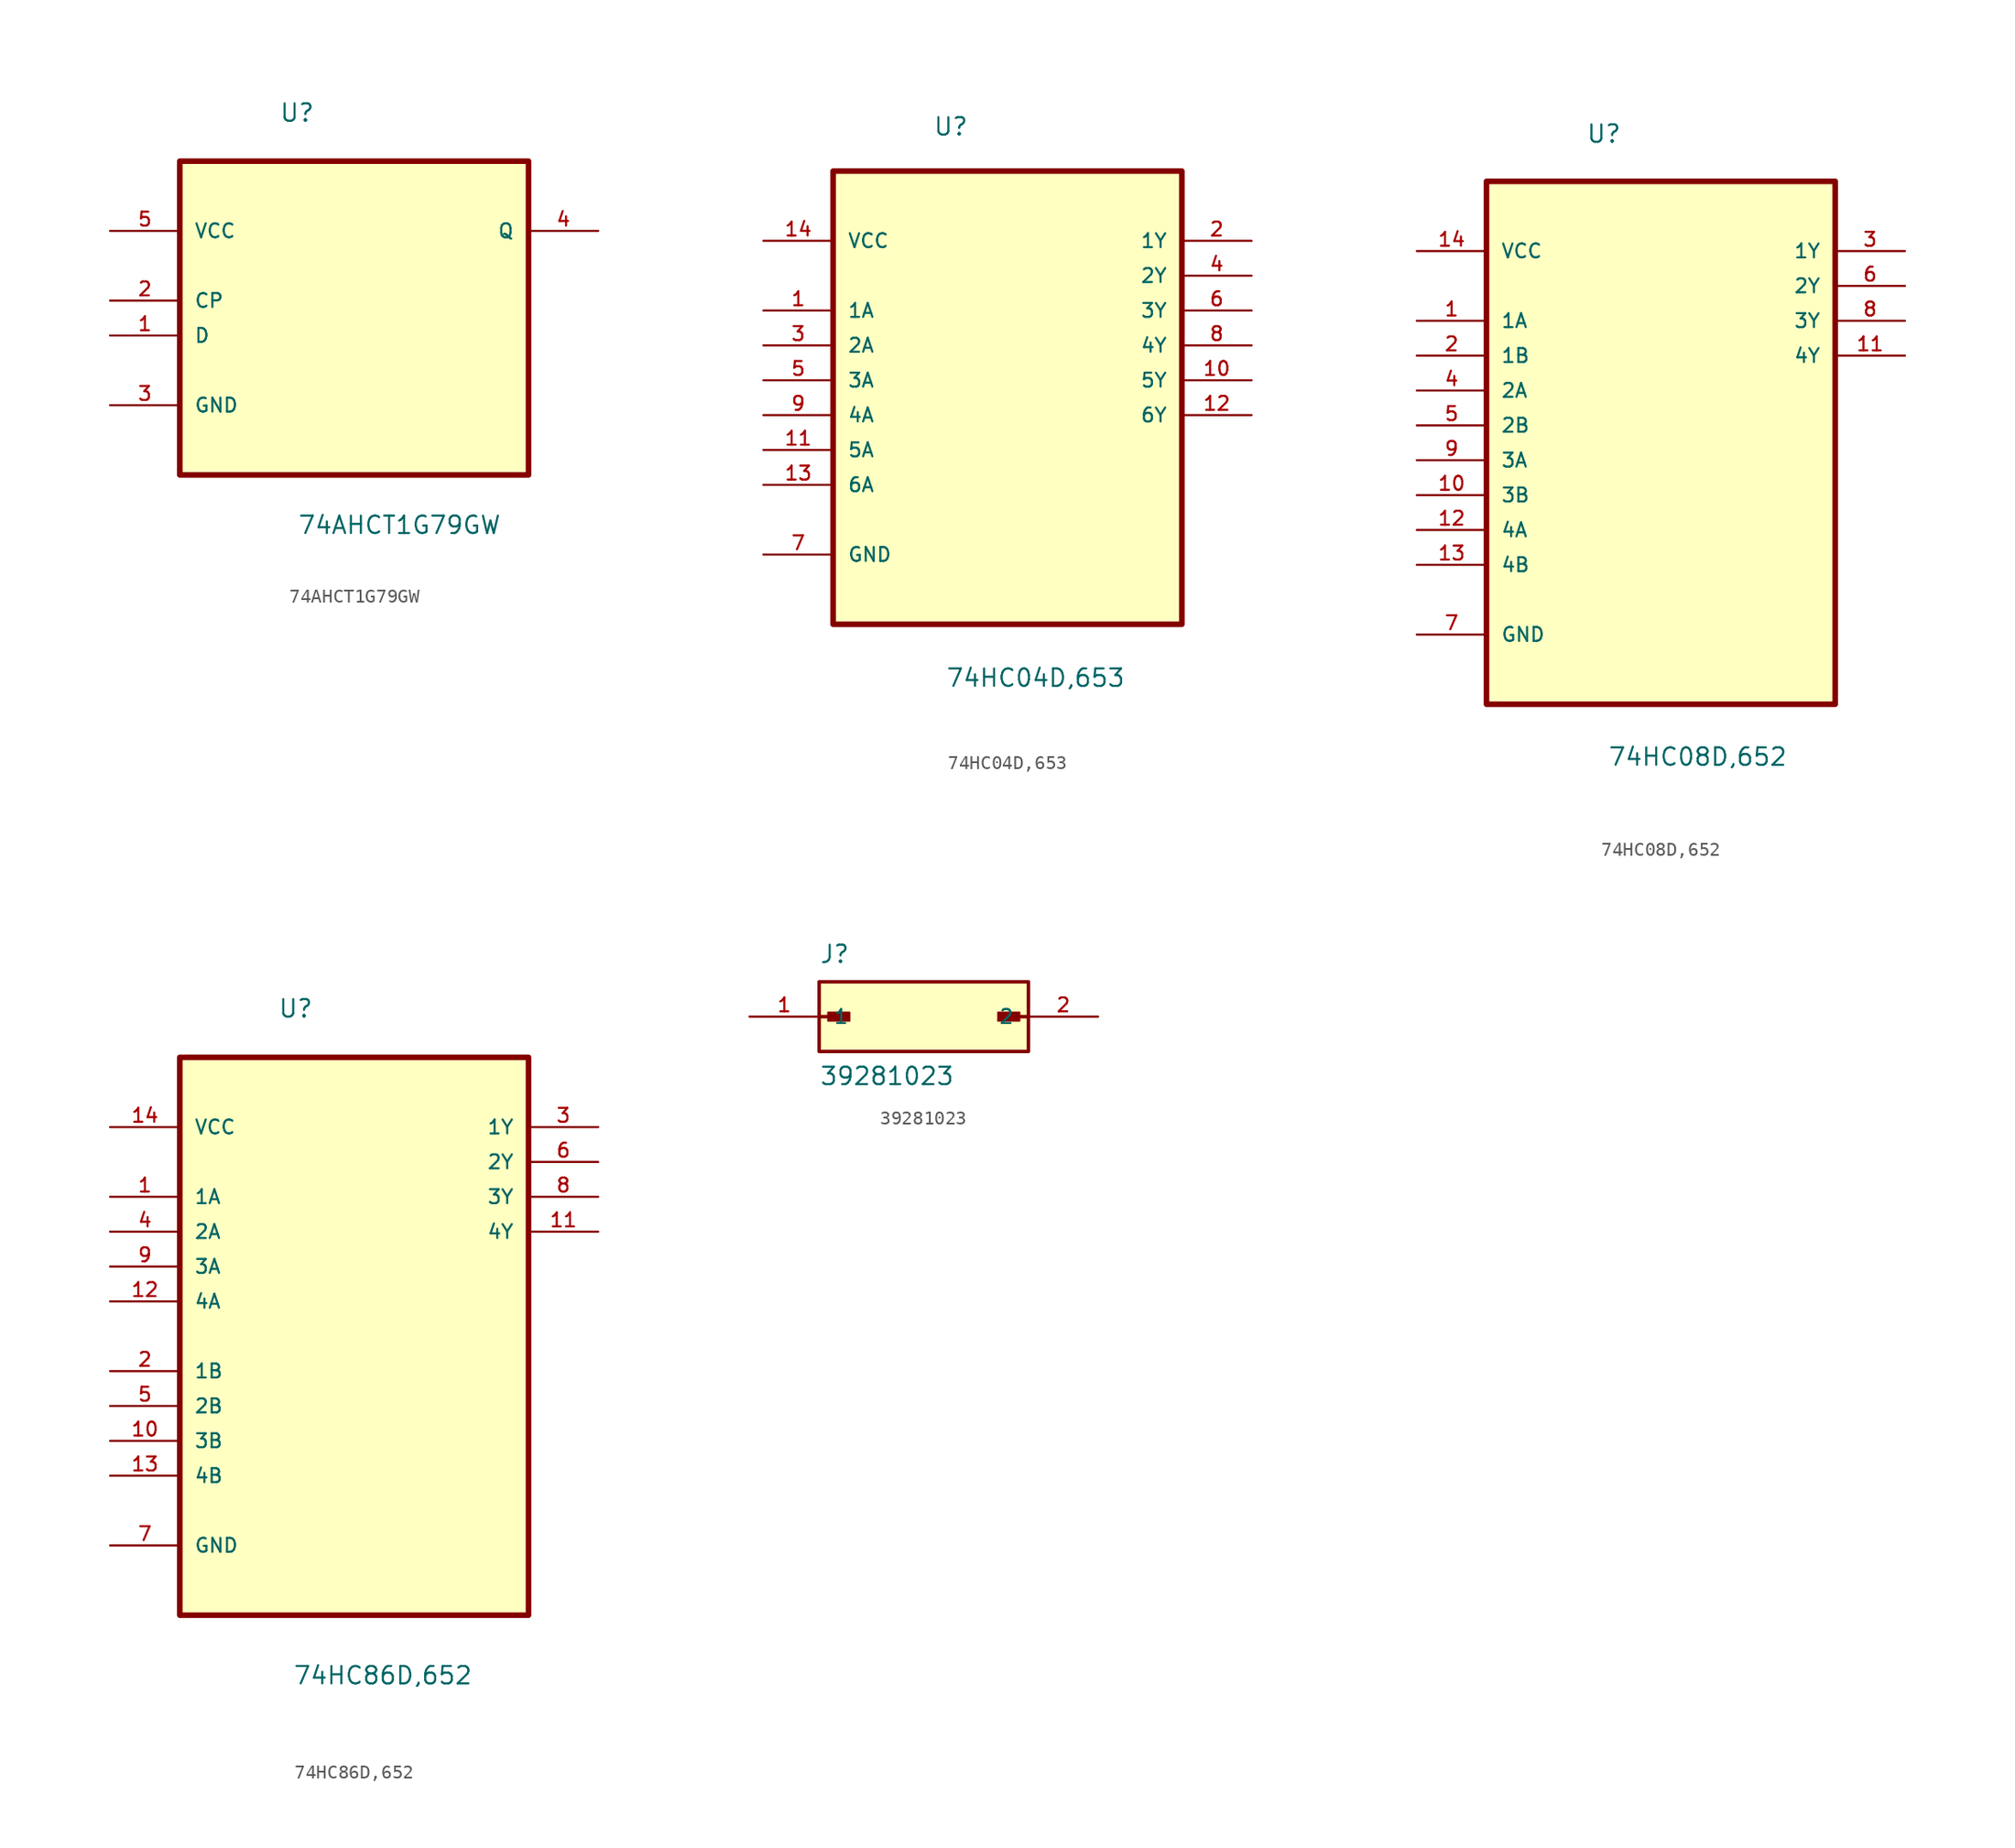
<source format=kicad_sym>
(kicad_symbol_lib
  (version 20220914)
  (generator kicad_symbol_editor)
  (symbol "74AHCT1G79GW"
    (pin_names
      (offset 1.016))
    (property "Reference" "U"
      (at -5.467 10.4 0)
      (effects (font (size 1.27 1.27)) (justify left bottom)))
    (property "Value" "74AHCT1G79GW"
      (at -4.146 -19.635 0)
      (effects (font (size 1.27 1.27)) (justify left bottom)))
    (symbol "74AHCT1G79GW_0_0"
      (rectangle (start -12.7 -15.24) (end 12.7 7.62) (stroke (width 0.406) (type default)) (fill (type background)))
      (pin input line (at -17.78 -5.08 0) (length 5.08) (name "D" (effects (font (size 1.016 1.016)))) (number "1" (effects (font (size 1.016 1.016)))))
      (pin input line (at -17.78 -2.54 0) (length 5.08) (name "CP" (effects (font (size 1.016 1.016)))) (number "2" (effects (font (size 1.016 1.016)))))
      (pin passive line (at -17.78 -10.16 0) (length 5.08) (name "GND" (effects (font (size 1.016 1.016)))) (number "3" (effects (font (size 1.016 1.016)))))
      (pin output line (at 17.78 2.54 180) (length 5.08) (name "Q" (effects (font (size 1.016 1.016)))) (number "4" (effects (font (size 1.016 1.016)))))
      (pin power_in line (at -17.78 2.54 0) (length 5.08) (name "VCC" (effects (font (size 1.016 1.016)))) (number "5" (effects (font (size 1.016 1.016)))))))
  (symbol "74HC04D,653"
    (pin_names
      (offset 1.016))
    (property "Reference" "U"
      (at -5.437 15.194 0)
      (effects (font (size 1.27 1.27)) (justify left bottom)))
    (property "Value" "74HC04D,653"
      (at -4.526 -24.968 0)
      (effects (font (size 1.27 1.27)) (justify left bottom)))
    (symbol "74HC04D,653_0_0"
      (rectangle (start -12.7 12.7) (end 12.7 -20.32) (stroke (width 0.406) (type default)) (fill (type background)))
      (pin input line (at -17.78 2.54 0) (length 5.08) (name "1A" (effects (font (size 1.016 1.016)))) (number "1" (effects (font (size 1.016 1.016)))))
      (pin output line (at 17.78 -2.54 180) (length 5.08) (name "5Y" (effects (font (size 1.016 1.016)))) (number "10" (effects (font (size 1.016 1.016)))))
      (pin input line (at -17.78 -7.62 0) (length 5.08) (name "5A" (effects (font (size 1.016 1.016)))) (number "11" (effects (font (size 1.016 1.016)))))
      (pin output line (at 17.78 -5.08 180) (length 5.08) (name "6Y" (effects (font (size 1.016 1.016)))) (number "12" (effects (font (size 1.016 1.016)))))
      (pin input line (at -17.78 -10.16 0) (length 5.08) (name "6A" (effects (font (size 1.016 1.016)))) (number "13" (effects (font (size 1.016 1.016)))))
      (pin power_in line (at -17.78 7.62 0) (length 5.08) (name "VCC" (effects (font (size 1.016 1.016)))) (number "14" (effects (font (size 1.016 1.016)))))
      (pin output line (at 17.78 7.62 180) (length 5.08) (name "1Y" (effects (font (size 1.016 1.016)))) (number "2" (effects (font (size 1.016 1.016)))))
      (pin input line (at -17.78 0 0) (length 5.08) (name "2A" (effects (font (size 1.016 1.016)))) (number "3" (effects (font (size 1.016 1.016)))))
      (pin output line (at 17.78 5.08 180) (length 5.08) (name "2Y" (effects (font (size 1.016 1.016)))) (number "4" (effects (font (size 1.016 1.016)))))
      (pin input line (at -17.78 -2.54 0) (length 5.08) (name "3A" (effects (font (size 1.016 1.016)))) (number "5" (effects (font (size 1.016 1.016)))))
      (pin output line (at 17.78 2.54 180) (length 5.08) (name "3Y" (effects (font (size 1.016 1.016)))) (number "6" (effects (font (size 1.016 1.016)))))
      (pin passive line (at -17.78 -15.24 0) (length 5.08) (name "GND" (effects (font (size 1.016 1.016)))) (number "7" (effects (font (size 1.016 1.016)))))
      (pin output line (at 17.78 0 180) (length 5.08) (name "4Y" (effects (font (size 1.016 1.016)))) (number "8" (effects (font (size 1.016 1.016)))))
      (pin input line (at -17.78 -5.08 0) (length 5.08) (name "4A" (effects (font (size 1.016 1.016)))) (number "9" (effects (font (size 1.016 1.016)))))))
  (symbol "74HC08D,652"
    (pin_names
      (offset 1.016))
    (property "Reference" "U"
      (at -5.461 17.958 0)
      (effects (font (size 1.27 1.27)) (justify left bottom)))
    (property "Value" "74HC08D,652"
      (at -3.886 -27.432 0)
      (effects (font (size 1.27 1.27)) (justify left bottom)))
    (symbol "74HC08D,652_0_0"
      (rectangle (start -12.7 15.24) (end 12.7 -22.86) (stroke (width 0.406) (type default)) (fill (type background)))
      (pin input line (at -17.78 5.08 0) (length 5.08) (name "1A" (effects (font (size 1.016 1.016)))) (number "1" (effects (font (size 1.016 1.016)))))
      (pin input line (at -17.78 -7.62 0) (length 5.08) (name "3B" (effects (font (size 1.016 1.016)))) (number "10" (effects (font (size 1.016 1.016)))))
      (pin output line (at 17.78 2.54 180) (length 5.08) (name "4Y" (effects (font (size 1.016 1.016)))) (number "11" (effects (font (size 1.016 1.016)))))
      (pin input line (at -17.78 -10.16 0) (length 5.08) (name "4A" (effects (font (size 1.016 1.016)))) (number "12" (effects (font (size 1.016 1.016)))))
      (pin input line (at -17.78 -12.7 0) (length 5.08) (name "4B" (effects (font (size 1.016 1.016)))) (number "13" (effects (font (size 1.016 1.016)))))
      (pin power_in line (at -17.78 10.16 0) (length 5.08) (name "VCC" (effects (font (size 1.016 1.016)))) (number "14" (effects (font (size 1.016 1.016)))))
      (pin input line (at -17.78 2.54 0) (length 5.08) (name "1B" (effects (font (size 1.016 1.016)))) (number "2" (effects (font (size 1.016 1.016)))))
      (pin output line (at 17.78 10.16 180) (length 5.08) (name "1Y" (effects (font (size 1.016 1.016)))) (number "3" (effects (font (size 1.016 1.016)))))
      (pin input line (at -17.78 0 0) (length 5.08) (name "2A" (effects (font (size 1.016 1.016)))) (number "4" (effects (font (size 1.016 1.016)))))
      (pin input line (at -17.78 -2.54 0) (length 5.08) (name "2B" (effects (font (size 1.016 1.016)))) (number "5" (effects (font (size 1.016 1.016)))))
      (pin output line (at 17.78 7.62 180) (length 5.08) (name "2Y" (effects (font (size 1.016 1.016)))) (number "6" (effects (font (size 1.016 1.016)))))
      (pin passive line (at -17.78 -17.78 0) (length 5.08) (name "GND" (effects (font (size 1.016 1.016)))) (number "7" (effects (font (size 1.016 1.016)))))
      (pin output line (at 17.78 5.08 180) (length 5.08) (name "3Y" (effects (font (size 1.016 1.016)))) (number "8" (effects (font (size 1.016 1.016)))))
      (pin input line (at -17.78 -5.08 0) (length 5.08) (name "3A" (effects (font (size 1.016 1.016)))) (number "9" (effects (font (size 1.016 1.016)))))))
  (symbol "74HC86D,652"
    (pin_names
      (offset 1.016))
    (property "Reference" "U"
      (at -5.567 20.592 0)
      (effects (font (size 1.27 1.27)) (justify left bottom)))
    (property "Value" "74HC86D,652"
      (at -4.479 -27.995 0)
      (effects (font (size 1.27 1.27)) (justify left bottom)))
    (symbol "74HC86D,652_0_0"
      (rectangle (start -12.7 -22.86) (end 12.7 17.78) (stroke (width 0.406) (type default)) (fill (type background)))
      (pin input line (at -17.78 7.62 0) (length 5.08) (name "1A" (effects (font (size 1.016 1.016)))) (number "1" (effects (font (size 1.016 1.016)))))
      (pin input line (at -17.78 -10.16 0) (length 5.08) (name "3B" (effects (font (size 1.016 1.016)))) (number "10" (effects (font (size 1.016 1.016)))))
      (pin output line (at 17.78 5.08 180) (length 5.08) (name "4Y" (effects (font (size 1.016 1.016)))) (number "11" (effects (font (size 1.016 1.016)))))
      (pin input line (at -17.78 0 0) (length 5.08) (name "4A" (effects (font (size 1.016 1.016)))) (number "12" (effects (font (size 1.016 1.016)))))
      (pin input line (at -17.78 -12.7 0) (length 5.08) (name "4B" (effects (font (size 1.016 1.016)))) (number "13" (effects (font (size 1.016 1.016)))))
      (pin power_in line (at -17.78 12.7 0) (length 5.08) (name "VCC" (effects (font (size 1.016 1.016)))) (number "14" (effects (font (size 1.016 1.016)))))
      (pin input line (at -17.78 -5.08 0) (length 5.08) (name "1B" (effects (font (size 1.016 1.016)))) (number "2" (effects (font (size 1.016 1.016)))))
      (pin output line (at 17.78 12.7 180) (length 5.08) (name "1Y" (effects (font (size 1.016 1.016)))) (number "3" (effects (font (size 1.016 1.016)))))
      (pin input line (at -17.78 5.08 0) (length 5.08) (name "2A" (effects (font (size 1.016 1.016)))) (number "4" (effects (font (size 1.016 1.016)))))
      (pin input line (at -17.78 -7.62 0) (length 5.08) (name "2B" (effects (font (size 1.016 1.016)))) (number "5" (effects (font (size 1.016 1.016)))))
      (pin output line (at 17.78 10.16 180) (length 5.08) (name "2Y" (effects (font (size 1.016 1.016)))) (number "6" (effects (font (size 1.016 1.016)))))
      (pin passive line (at -17.78 -17.78 0) (length 5.08) (name "GND" (effects (font (size 1.016 1.016)))) (number "7" (effects (font (size 1.016 1.016)))))
      (pin output line (at 17.78 7.62 180) (length 5.08) (name "3Y" (effects (font (size 1.016 1.016)))) (number "8" (effects (font (size 1.016 1.016)))))
      (pin input line (at -17.78 2.54 0) (length 5.08) (name "3A" (effects (font (size 1.016 1.016)))) (number "9" (effects (font (size 1.016 1.016)))))))
  (symbol "39281023"
    (pin_names
      (offset 1.016))
    (property "Reference" "J"
      (at -7.62 3.81 0)
      (effects (font (size 1.27 1.27)) (justify left bottom)))
    (property "Value" "39281023"
      (at -7.62 -5.08 0)
      (effects (font (size 1.27 1.27)) (justify left bottom)))
    (symbol "39281023_0_0"
      (rectangle (start -7.62 -2.54) (end 7.62 2.54) (stroke (width 0.254) (type default)) (fill (type background)))
      (rectangle (start -6.985 -0.318) (end -5.397 0.318) (stroke (width 0.1) (type default)) (fill (type outline)))
      (polyline (pts (xy -7.62 0) (xy -5.715 0)) (stroke (width 0.254) (type default)) (fill (type none)))
      (polyline (pts (xy 7.62 0) (xy 5.715 0)) (stroke (width 0.254) (type default)) (fill (type none)))
      (rectangle (start 5.397 -0.318) (end 6.985 0.318) (stroke (width 0.1) (type default)) (fill (type outline)))
      (pin passive line (at -12.7 0 0) (length 5.08) (name "1" (effects (font (size 1.016 1.016)))) (number "1" (effects (font (size 1.016 1.016)))))
      (pin passive line (at 12.7 0 180) (length 5.08) (name "2" (effects (font (size 1.016 1.016)))) (number "2" (effects (font (size 1.016 1.016))))))))
</source>
